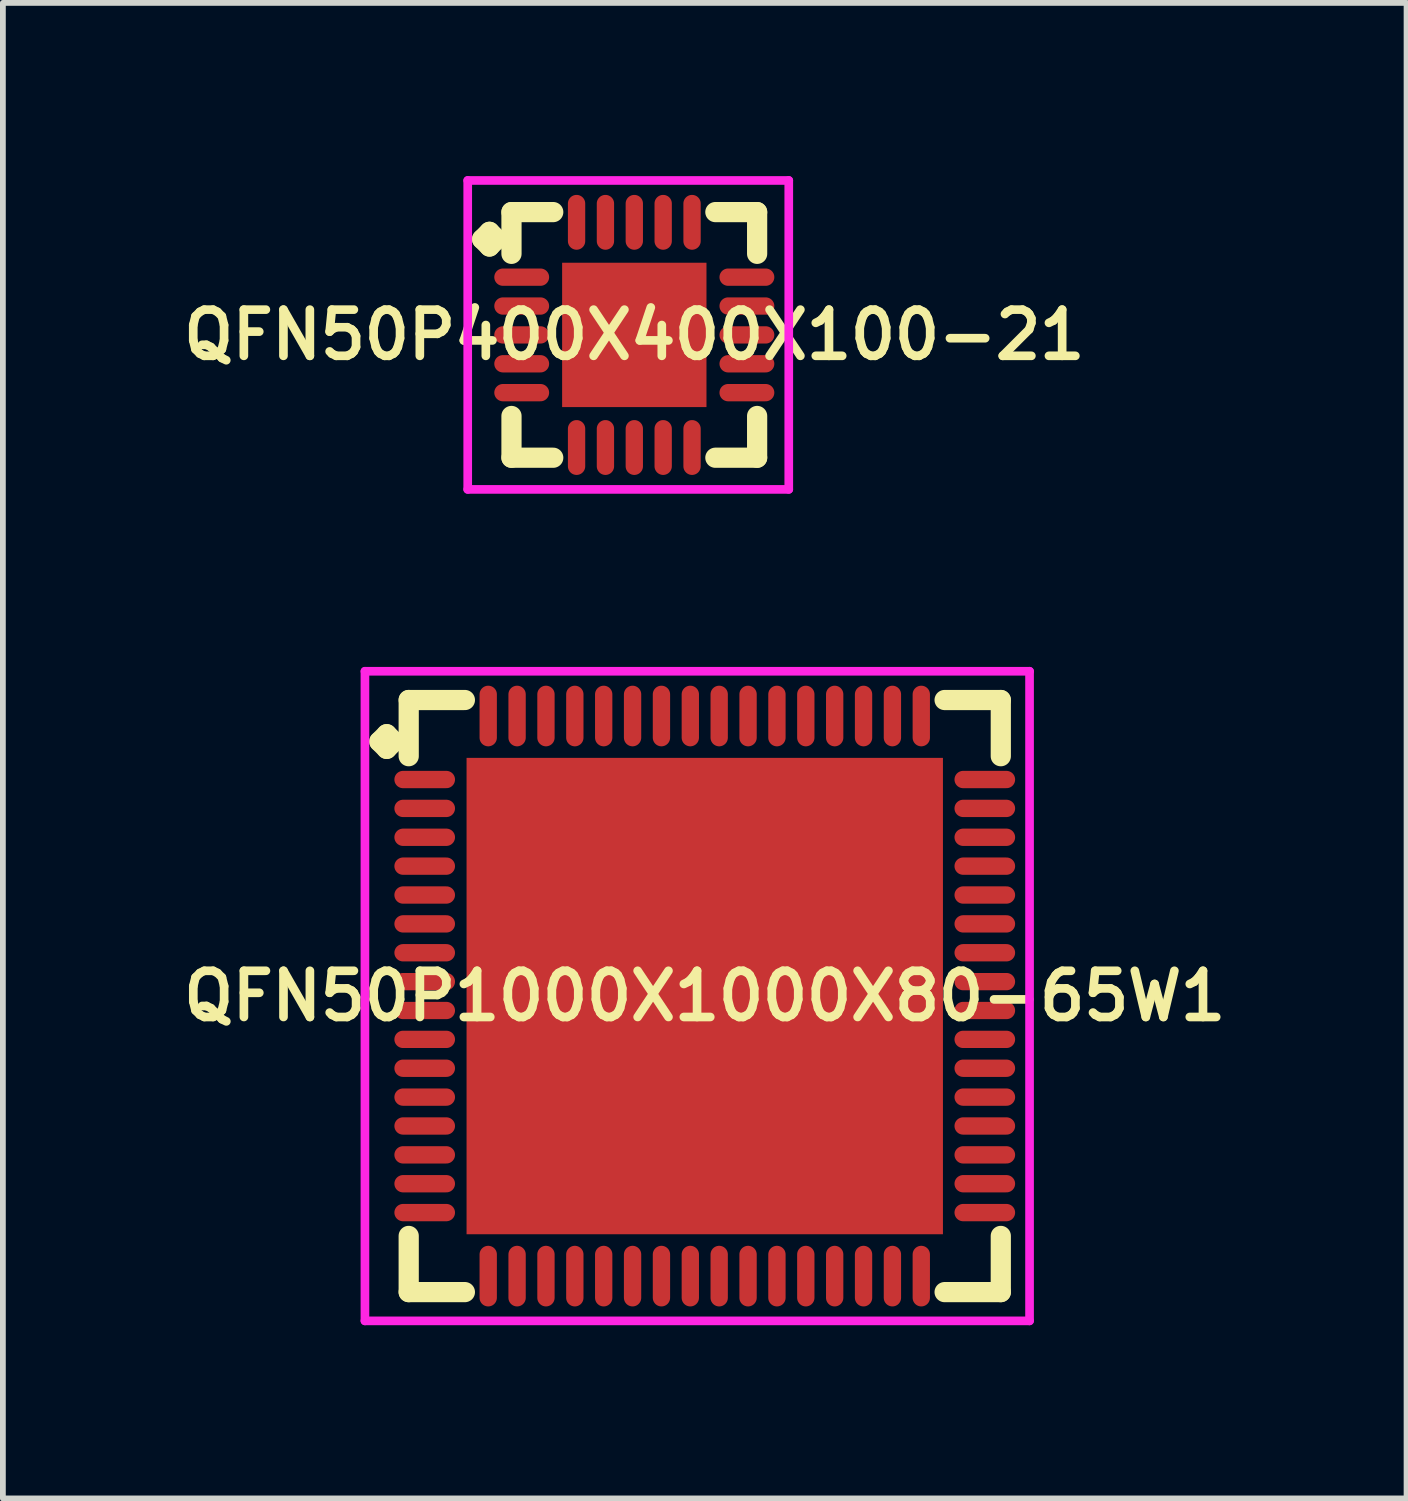
<source format=kicad_pcb>
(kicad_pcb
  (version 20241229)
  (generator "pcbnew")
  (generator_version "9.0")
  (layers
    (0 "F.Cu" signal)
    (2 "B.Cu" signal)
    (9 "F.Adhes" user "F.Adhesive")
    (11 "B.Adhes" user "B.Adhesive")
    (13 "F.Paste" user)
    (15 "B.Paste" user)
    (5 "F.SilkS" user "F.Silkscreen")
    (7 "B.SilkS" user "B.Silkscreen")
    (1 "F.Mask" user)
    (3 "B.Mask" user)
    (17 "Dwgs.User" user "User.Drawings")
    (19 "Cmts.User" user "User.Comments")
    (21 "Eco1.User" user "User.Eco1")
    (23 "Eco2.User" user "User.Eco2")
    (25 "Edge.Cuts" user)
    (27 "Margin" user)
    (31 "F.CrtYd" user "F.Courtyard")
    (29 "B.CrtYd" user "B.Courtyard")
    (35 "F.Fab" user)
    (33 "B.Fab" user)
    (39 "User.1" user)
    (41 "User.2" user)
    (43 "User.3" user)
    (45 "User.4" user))
  (footprint "QFN50P400X400X100-21"
    (layer "F.Cu")
    (at 7.935 2.75)
    (property "Reference" "QFN50P400X400X100-21" (at 0 0 0) (layer "F.SilkS") (effects (font (size 0.8 0.8) (thickness 0.15))))
    (attr through_hole)
    (fp_line (start -2.635 -1.658) (end -2.508 -1.785) (stroke (width 0.35) (type solid)) (layer "F.SilkS"))
    (fp_line (start -2.508 -1.785) (end -2.381 -1.658) (stroke (width 0.35) (type solid)) (layer "F.SilkS"))
    (fp_line (start -2.508 -1.531) (end -2.635 -1.658) (stroke (width 0.35) (type solid)) (layer "F.SilkS"))
    (fp_line (start -2.381 -1.658) (end -2.508 -1.531) (stroke (width 0.35) (type solid)) (layer "F.SilkS"))
    (fp_line (start -2.127 -2.127) (end -1.404 -2.127) (stroke (width 0.35) (type solid)) (layer "F.SilkS"))
    (fp_line (start -2.127 -1.404) (end -2.127 -2.127) (stroke (width 0.35) (type solid)) (layer "F.SilkS"))
    (fp_line (start -2.127 1.404) (end -2.127 2.127) (stroke (width 0.35) (type solid)) (layer "F.SilkS"))
    (fp_line (start -2.127 2.127) (end -1.404 2.127) (stroke (width 0.35) (type solid)) (layer "F.SilkS"))
    (fp_line (start 1.404 -2.127) (end 2.127 -2.127) (stroke (width 0.35) (type solid)) (layer "F.SilkS"))
    (fp_line (start 1.404 2.127) (end 2.127 2.127) (stroke (width 0.35) (type solid)) (layer "F.SilkS"))
    (fp_line (start 2.127 -2.127) (end 2.127 -1.404) (stroke (width 0.35) (type solid)) (layer "F.SilkS"))
    (fp_line (start 2.127 2.127) (end 2.127 1.404) (stroke (width 0.35) (type solid)) (layer "F.SilkS"))
    (fp_line (start -2.885 -2.675) (end 2.675 -2.675) (stroke (width 0.15) (type solid)) (layer "F.CrtYd"))
    (fp_line (start -2.885 2.675) (end -2.885 -2.675) (stroke (width 0.15) (type solid)) (layer "F.CrtYd"))
    (fp_line (start 2.675 -2.675) (end 2.675 2.675) (stroke (width 0.15) (type solid)) (layer "F.CrtYd"))
    (fp_line (start 2.675 2.675) (end -2.885 2.675) (stroke (width 0.15) (type solid)) (layer "F.CrtYd"))
    (pad "1" smd oval (at -1.95 -1) (size 0.95 0.3) (layers "F.Cu" "F.Mask" "F.Paste"))
    (pad "2" smd oval (at -1.95 -0.5) (size 0.95 0.3) (layers "F.Cu" "F.Mask" "F.Paste"))
    (pad "3" smd oval (at -1.95 0) (size 0.95 0.3) (layers "F.Cu" "F.Mask" "F.Paste"))
    (pad "4" smd oval (at -1.95 0.5) (size 0.95 0.3) (layers "F.Cu" "F.Mask" "F.Paste"))
    (pad "5" smd oval (at -1.95 1) (size 0.95 0.3) (layers "F.Cu" "F.Mask" "F.Paste"))
    (pad "6" smd oval (at -1 1.95) (size 0.3 0.95) (layers "F.Cu" "F.Mask" "F.Paste"))
    (pad "7" smd oval (at -0.5 1.95) (size 0.3 0.95) (layers "F.Cu" "F.Mask" "F.Paste"))
    (pad "8" smd oval (at 0 1.95) (size 0.3 0.95) (layers "F.Cu" "F.Mask" "F.Paste"))
    (pad "9" smd oval (at 0.5 1.95) (size 0.3 0.95) (layers "F.Cu" "F.Mask" "F.Paste"))
    (pad "10" smd oval (at 1 1.95) (size 0.3 0.95) (layers "F.Cu" "F.Mask" "F.Paste"))
    (pad "11" smd oval (at 1.95 1) (size 0.95 0.3) (layers "F.Cu" "F.Mask" "F.Paste"))
    (pad "12" smd oval (at 1.95 0.5) (size 0.95 0.3) (layers "F.Cu" "F.Mask" "F.Paste"))
    (pad "13" smd oval (at 1.95 0) (size 0.95 0.3) (layers "F.Cu" "F.Mask" "F.Paste"))
    (pad "14" smd oval (at 1.95 -0.5) (size 0.95 0.3) (layers "F.Cu" "F.Mask" "F.Paste"))
    (pad "15" smd oval (at 1.95 -1) (size 0.95 0.3) (layers "F.Cu" "F.Mask" "F.Paste"))
    (pad "16" smd oval (at 1 -1.95) (size 0.3 0.95) (layers "F.Cu" "F.Mask" "F.Paste"))
    (pad "17" smd oval (at 0.5 -1.95) (size 0.3 0.95) (layers "F.Cu" "F.Mask" "F.Paste"))
    (pad "18" smd oval (at 0 -1.95) (size 0.3 0.95) (layers "F.Cu" "F.Mask" "F.Paste"))
    (pad "19" smd oval (at -0.5 -1.95) (size 0.3 0.95) (layers "F.Cu" "F.Mask" "F.Paste"))
    (pad "20" smd oval (at -1 -1.95) (size 0.3 0.95) (layers "F.Cu" "F.Mask" "F.Paste"))
    (pad "21" smd rect (at 0 0) (size 2.5 2.5) (layers "F.Cu" "F.Mask" "F.Paste")))
  (footprint "QFN50P1000X1000X80-65W1"
    (layer "F.Cu")
    (at 9.155 14.2)
    (property "Reference" "QFN50P1000X1000X80-65W1" (at 0 0 0) (layer "F.SilkS") (effects (font (size 0.8 0.8) (thickness 0.15))))
    (attr smd)
    (fp_line (start -5.635 -4.408) (end -5.508 -4.535) (stroke (width 0.35) (type solid)) (layer "F.SilkS"))
    (fp_line (start -5.508 -4.535) (end -5.381 -4.408) (stroke (width 0.35) (type solid)) (layer "F.SilkS"))
    (fp_line (start -5.508 -4.281) (end -5.635 -4.408) (stroke (width 0.35) (type solid)) (layer "F.SilkS"))
    (fp_line (start -5.381 -4.408) (end -5.508 -4.281) (stroke (width 0.35) (type solid)) (layer "F.SilkS"))
    (fp_line (start -5.127 -5.127) (end -4.154 -5.127) (stroke (width 0.35) (type solid)) (layer "F.SilkS"))
    (fp_line (start -5.127 -4.154) (end -5.127 -5.127) (stroke (width 0.35) (type solid)) (layer "F.SilkS"))
    (fp_line (start -5.127 4.154) (end -5.127 5.127) (stroke (width 0.35) (type solid)) (layer "F.SilkS"))
    (fp_line (start -5.127 5.127) (end -4.154 5.127) (stroke (width 0.35) (type solid)) (layer "F.SilkS"))
    (fp_line (start 4.154 -5.127) (end 5.127 -5.127) (stroke (width 0.35) (type solid)) (layer "F.SilkS"))
    (fp_line (start 4.154 5.127) (end 5.127 5.127) (stroke (width 0.35) (type solid)) (layer "F.SilkS"))
    (fp_line (start 5.127 -5.127) (end 5.127 -4.154) (stroke (width 0.35) (type solid)) (layer "F.SilkS"))
    (fp_line (start 5.127 5.127) (end 5.127 4.154) (stroke (width 0.35) (type solid)) (layer "F.SilkS"))
    (fp_line (start -5.885 -5.625) (end 5.625 -5.625) (stroke (width 0.15) (type solid)) (layer "F.CrtYd"))
    (fp_line (start -5.885 5.625) (end -5.885 -5.625) (stroke (width 0.15) (type solid)) (layer "F.CrtYd"))
    (fp_line (start 5.625 -5.625) (end 5.625 5.625) (stroke (width 0.15) (type solid)) (layer "F.CrtYd"))
    (fp_line (start 5.625 5.625) (end -5.885 5.625) (stroke (width 0.15) (type solid)) (layer "F.CrtYd"))
    (pad "1" smd oval (at -4.85 -3.75) (size 1.05 0.3) (layers "F.Cu" "F.Mask" "F.Paste"))
    (pad "2" smd oval (at -4.85 -3.25) (size 1.05 0.3) (layers "F.Cu" "F.Mask" "F.Paste"))
    (pad "3" smd oval (at -4.85 -2.75) (size 1.05 0.3) (layers "F.Cu" "F.Mask" "F.Paste"))
    (pad "4" smd oval (at -4.85 -2.25) (size 1.05 0.3) (layers "F.Cu" "F.Mask" "F.Paste"))
    (pad "5" smd oval (at -4.85 -1.75) (size 1.05 0.3) (layers "F.Cu" "F.Mask" "F.Paste"))
    (pad "6" smd oval (at -4.85 -1.25) (size 1.05 0.3) (layers "F.Cu" "F.Mask" "F.Paste"))
    (pad "7" smd oval (at -4.85 -0.75) (size 1.05 0.3) (layers "F.Cu" "F.Mask" "F.Paste"))
    (pad "8" smd oval (at -4.85 -0.25) (size 1.05 0.3) (layers "F.Cu" "F.Mask" "F.Paste"))
    (pad "9" smd oval (at -4.85 0.25) (size 1.05 0.3) (layers "F.Cu" "F.Mask" "F.Paste"))
    (pad "10" smd oval (at -4.85 0.75) (size 1.05 0.3) (layers "F.Cu" "F.Mask" "F.Paste"))
    (pad "11" smd oval (at -4.85 1.25) (size 1.05 0.3) (layers "F.Cu" "F.Mask" "F.Paste"))
    (pad "12" smd oval (at -4.85 1.75) (size 1.05 0.3) (layers "F.Cu" "F.Mask" "F.Paste"))
    (pad "13" smd oval (at -4.85 2.25) (size 1.05 0.3) (layers "F.Cu" "F.Mask" "F.Paste"))
    (pad "14" smd oval (at -4.85 2.75) (size 1.05 0.3) (layers "F.Cu" "F.Mask" "F.Paste"))
    (pad "15" smd oval (at -4.85 3.25) (size 1.05 0.3) (layers "F.Cu" "F.Mask" "F.Paste"))
    (pad "16" smd oval (at -4.85 3.75) (size 1.05 0.3) (layers "F.Cu" "F.Mask" "F.Paste"))
    (pad "17" smd oval (at -3.75 4.85) (size 0.3 1.05) (layers "F.Cu" "F.Mask" "F.Paste"))
    (pad "18" smd oval (at -3.25 4.85) (size 0.3 1.05) (layers "F.Cu" "F.Mask" "F.Paste"))
    (pad "19" smd oval (at -2.75 4.85) (size 0.3 1.05) (layers "F.Cu" "F.Mask" "F.Paste"))
    (pad "20" smd oval (at -2.25 4.85) (size 0.3 1.05) (layers "F.Cu" "F.Mask" "F.Paste"))
    (pad "21" smd oval (at -1.75 4.85) (size 0.3 1.05) (layers "F.Cu" "F.Mask" "F.Paste"))
    (pad "22" smd oval (at -1.25 4.85) (size 0.3 1.05) (layers "F.Cu" "F.Mask" "F.Paste"))
    (pad "23" smd oval (at -0.75 4.85) (size 0.3 1.05) (layers "F.Cu" "F.Mask" "F.Paste"))
    (pad "24" smd oval (at -0.25 4.85) (size 0.3 1.05) (layers "F.Cu" "F.Mask" "F.Paste"))
    (pad "25" smd oval (at 0.25 4.85) (size 0.3 1.05) (layers "F.Cu" "F.Mask" "F.Paste"))
    (pad "26" smd oval (at 0.75 4.85) (size 0.3 1.05) (layers "F.Cu" "F.Mask" "F.Paste"))
    (pad "27" smd oval (at 1.25 4.85) (size 0.3 1.05) (layers "F.Cu" "F.Mask" "F.Paste"))
    (pad "28" smd oval (at 1.75 4.85) (size 0.3 1.05) (layers "F.Cu" "F.Mask" "F.Paste"))
    (pad "29" smd oval (at 2.25 4.85) (size 0.3 1.05) (layers "F.Cu" "F.Mask" "F.Paste"))
    (pad "30" smd oval (at 2.75 4.85) (size 0.3 1.05) (layers "F.Cu" "F.Mask" "F.Paste"))
    (pad "31" smd oval (at 3.25 4.85) (size 0.3 1.05) (layers "F.Cu" "F.Mask" "F.Paste"))
    (pad "32" smd oval (at 3.75 4.85) (size 0.3 1.05) (layers "F.Cu" "F.Mask" "F.Paste"))
    (pad "33" smd oval (at 4.85 3.75) (size 1.05 0.3) (layers "F.Cu" "F.Mask" "F.Paste"))
    (pad "34" smd oval (at 4.85 3.25) (size 1.05 0.3) (layers "F.Cu" "F.Mask" "F.Paste"))
    (pad "35" smd oval (at 4.85 2.75) (size 1.05 0.3) (layers "F.Cu" "F.Mask" "F.Paste"))
    (pad "36" smd oval (at 4.85 2.25) (size 1.05 0.3) (layers "F.Cu" "F.Mask" "F.Paste"))
    (pad "37" smd oval (at 4.85 1.75) (size 1.05 0.3) (layers "F.Cu" "F.Mask" "F.Paste"))
    (pad "38" smd oval (at 4.85 1.25) (size 1.05 0.3) (layers "F.Cu" "F.Mask" "F.Paste"))
    (pad "39" smd oval (at 4.85 0.75) (size 1.05 0.3) (layers "F.Cu" "F.Mask" "F.Paste"))
    (pad "40" smd oval (at 4.85 0.25) (size 1.05 0.3) (layers "F.Cu" "F.Mask" "F.Paste"))
    (pad "41" smd oval (at 4.85 -0.25) (size 1.05 0.3) (layers "F.Cu" "F.Mask" "F.Paste"))
    (pad "42" smd oval (at 4.85 -0.75) (size 1.05 0.3) (layers "F.Cu" "F.Mask" "F.Paste"))
    (pad "43" smd oval (at 4.85 -1.25) (size 1.05 0.3) (layers "F.Cu" "F.Mask" "F.Paste"))
    (pad "44" smd oval (at 4.85 -1.75) (size 1.05 0.3) (layers "F.Cu" "F.Mask" "F.Paste"))
    (pad "45" smd oval (at 4.85 -2.25) (size 1.05 0.3) (layers "F.Cu" "F.Mask" "F.Paste"))
    (pad "46" smd oval (at 4.85 -2.75) (size 1.05 0.3) (layers "F.Cu" "F.Mask" "F.Paste"))
    (pad "47" smd oval (at 4.85 -3.25) (size 1.05 0.3) (layers "F.Cu" "F.Mask" "F.Paste"))
    (pad "48" smd oval (at 4.85 -3.75) (size 1.05 0.3) (layers "F.Cu" "F.Mask" "F.Paste"))
    (pad "49" smd oval (at 3.75 -4.85) (size 0.3 1.05) (layers "F.Cu" "F.Mask" "F.Paste"))
    (pad "50" smd oval (at 3.25 -4.85) (size 0.3 1.05) (layers "F.Cu" "F.Mask" "F.Paste"))
    (pad "51" smd oval (at 2.75 -4.85) (size 0.3 1.05) (layers "F.Cu" "F.Mask" "F.Paste"))
    (pad "52" smd oval (at 2.25 -4.85) (size 0.3 1.05) (layers "F.Cu" "F.Mask" "F.Paste"))
    (pad "53" smd oval (at 1.75 -4.85) (size 0.3 1.05) (layers "F.Cu" "F.Mask" "F.Paste"))
    (pad "54" smd oval (at 1.25 -4.85) (size 0.3 1.05) (layers "F.Cu" "F.Mask" "F.Paste"))
    (pad "55" smd oval (at 0.75 -4.85) (size 0.3 1.05) (layers "F.Cu" "F.Mask" "F.Paste"))
    (pad "56" smd oval (at 0.25 -4.85) (size 0.3 1.05) (layers "F.Cu" "F.Mask" "F.Paste"))
    (pad "57" smd oval (at -0.25 -4.85) (size 0.3 1.05) (layers "F.Cu" "F.Mask" "F.Paste"))
    (pad "58" smd oval (at -0.75 -4.85) (size 0.3 1.05) (layers "F.Cu" "F.Mask" "F.Paste"))
    (pad "59" smd oval (at -1.25 -4.85) (size 0.3 1.05) (layers "F.Cu" "F.Mask" "F.Paste"))
    (pad "60" smd oval (at -1.75 -4.85) (size 0.3 1.05) (layers "F.Cu" "F.Mask" "F.Paste"))
    (pad "61" smd oval (at -2.25 -4.85) (size 0.3 1.05) (layers "F.Cu" "F.Mask" "F.Paste"))
    (pad "62" smd oval (at -2.75 -4.85) (size 0.3 1.05) (layers "F.Cu" "F.Mask" "F.Paste"))
    (pad "63" smd oval (at -3.25 -4.85) (size 0.3 1.05) (layers "F.Cu" "F.Mask" "F.Paste"))
    (pad "64" smd oval (at -3.75 -4.85) (size 0.3 1.05) (layers "F.Cu" "F.Mask" "F.Paste"))
    (pad "65" smd rect (at 0 0) (size 8.25 8.25) (layers "F.Cu" "F.Mask" "F.Paste")))
  (gr_rect
    (start -3 -3)
    (end 21.309 22.9)
    (stroke (width 0.1) (type default))
    (fill no)
    (layer "Edge.Cuts")))
</source>
